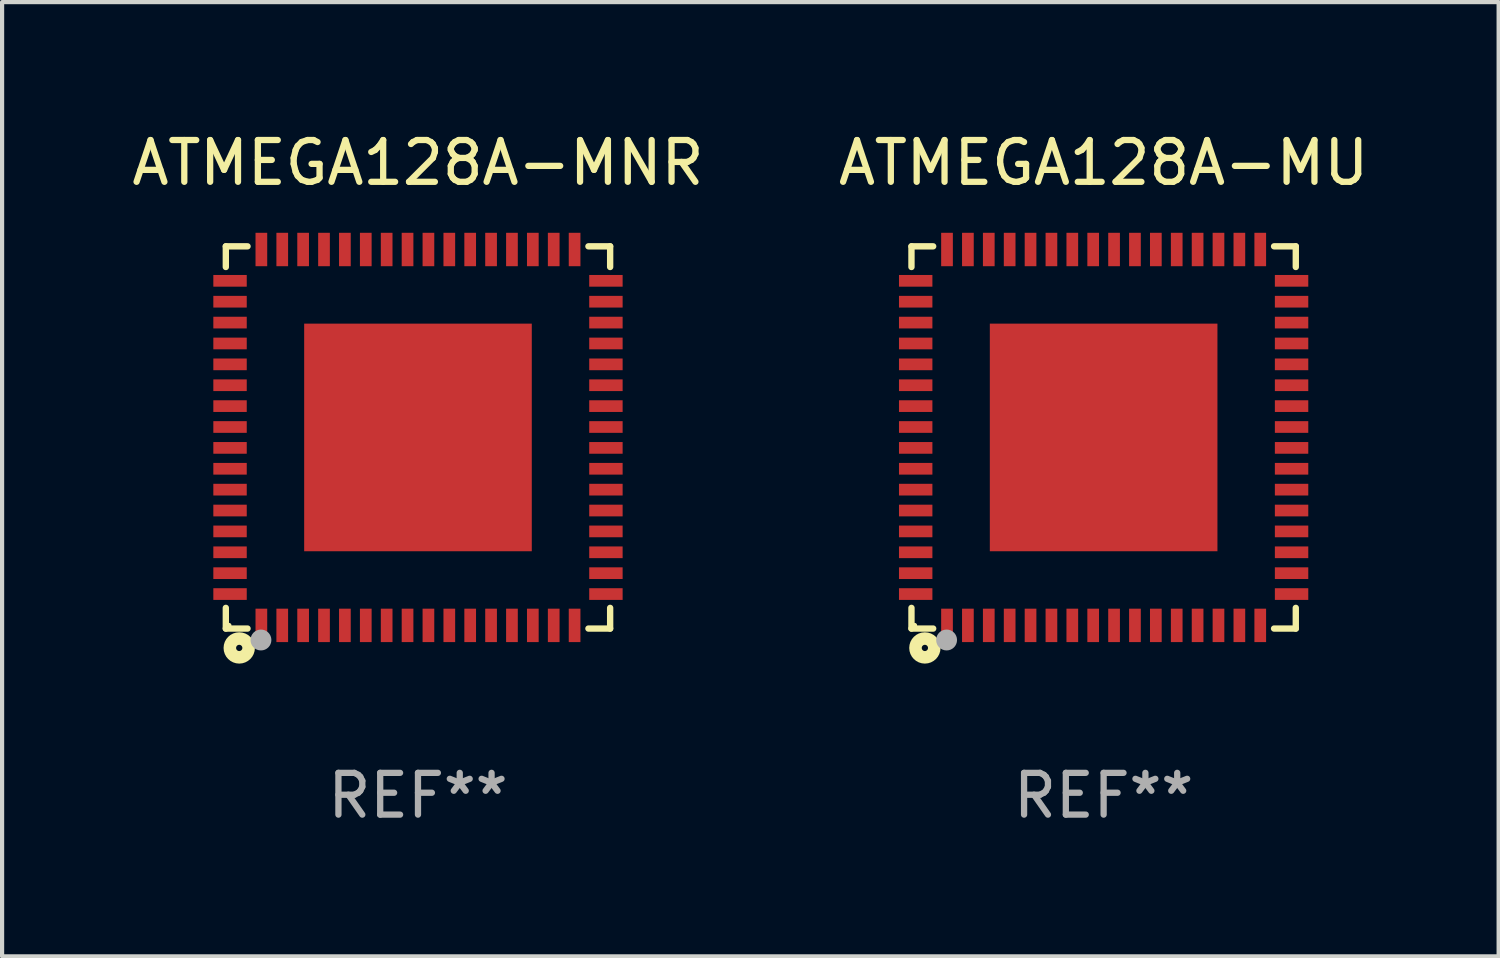
<source format=kicad_pcb>
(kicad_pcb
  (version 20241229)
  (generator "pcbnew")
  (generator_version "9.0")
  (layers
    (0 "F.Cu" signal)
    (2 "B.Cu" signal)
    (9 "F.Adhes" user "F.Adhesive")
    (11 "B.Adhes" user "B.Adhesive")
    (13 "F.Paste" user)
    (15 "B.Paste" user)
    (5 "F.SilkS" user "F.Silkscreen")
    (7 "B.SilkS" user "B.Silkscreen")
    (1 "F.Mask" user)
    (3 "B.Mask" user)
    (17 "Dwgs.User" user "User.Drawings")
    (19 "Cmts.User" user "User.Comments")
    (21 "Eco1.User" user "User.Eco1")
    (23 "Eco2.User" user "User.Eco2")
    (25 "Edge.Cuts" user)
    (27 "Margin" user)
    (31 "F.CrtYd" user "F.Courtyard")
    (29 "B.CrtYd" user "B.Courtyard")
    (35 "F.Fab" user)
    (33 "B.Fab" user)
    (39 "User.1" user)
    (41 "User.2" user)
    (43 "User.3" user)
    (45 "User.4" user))
  (footprint "ATMEGA128A-MNR"
    (layer "F.Cu")
    (at 6.958 7.424)
    (property "Reference" "ATMEGA128A-MNR" (at 0 -6.576 0) (layer "F.SilkS") (effects (font (size 1 1) (thickness 0.15))))
    (attr through_hole)
    (fp_line (start -4.601 -4.576) (end -4.081 -4.576) (stroke (width 0.152) (type solid)) (layer "F.SilkS"))
    (fp_line (start -4.601 -4.081) (end -4.601 -4.576) (stroke (width 0.152) (type solid)) (layer "F.SilkS"))
    (fp_line (start -4.601 4.081) (end -4.601 4.576) (stroke (width 0.152) (type solid)) (layer "F.SilkS"))
    (fp_line (start -4.601 4.576) (end -4.081 4.576) (stroke (width 0.152) (type solid)) (layer "F.SilkS"))
    (fp_line (start 4.601 -4.576) (end 4.081 -4.576) (stroke (width 0.152) (type solid)) (layer "F.SilkS"))
    (fp_line (start 4.601 -4.081) (end 4.601 -4.576) (stroke (width 0.152) (type solid)) (layer "F.SilkS"))
    (fp_line (start 4.601 4.081) (end 4.601 4.576) (stroke (width 0.152) (type solid)) (layer "F.SilkS"))
    (fp_line (start 4.601 4.576) (end 4.081 4.576) (stroke (width 0.152) (type solid)) (layer "F.SilkS"))
    (fp_circle (center -4.525 4.5) (end -4.495 4.5) (stroke (width 0.06) (type solid)) (fill no) (layer "F.SilkS"))
    (fp_circle (center -4.28 5.04) (end -4.205 5.04) (stroke (width 0.3) (type solid)) (fill no) (layer "F.SilkS"))
    (fp_circle (center -3.76 4.85) (end -3.635 4.85) (stroke (width 0.25) (type solid)) (fill no) (layer "F.Fab"))
    (fp_text user "REF**" (at 0 8.576 0) (layer "F.Fab") (effects (font (size 1 1) (thickness 0.15))))
    (pad "1" smd rect (at -3.75 4.5) (size 0.28 0.8) (layers "F.Cu" "F.Mask" "F.Paste"))
    (pad "2" smd rect (at -3.25 4.5) (size 0.28 0.8) (layers "F.Cu" "F.Mask" "F.Paste"))
    (pad "3" smd rect (at -2.75 4.5) (size 0.28 0.8) (layers "F.Cu" "F.Mask" "F.Paste"))
    (pad "4" smd rect (at -2.25 4.5) (size 0.28 0.8) (layers "F.Cu" "F.Mask" "F.Paste"))
    (pad "5" smd rect (at -1.75 4.5) (size 0.28 0.8) (layers "F.Cu" "F.Mask" "F.Paste"))
    (pad "6" smd rect (at -1.25 4.5) (size 0.28 0.8) (layers "F.Cu" "F.Mask" "F.Paste"))
    (pad "7" smd rect (at -0.75 4.5) (size 0.28 0.8) (layers "F.Cu" "F.Mask" "F.Paste"))
    (pad "8" smd rect (at -0.25 4.5) (size 0.28 0.8) (layers "F.Cu" "F.Mask" "F.Paste"))
    (pad "9" smd rect (at 0.25 4.5) (size 0.28 0.8) (layers "F.Cu" "F.Mask" "F.Paste"))
    (pad "10" smd rect (at 0.75 4.5) (size 0.28 0.8) (layers "F.Cu" "F.Mask" "F.Paste"))
    (pad "11" smd rect (at 1.25 4.5) (size 0.28 0.8) (layers "F.Cu" "F.Mask" "F.Paste"))
    (pad "12" smd rect (at 1.75 4.5) (size 0.28 0.8) (layers "F.Cu" "F.Mask" "F.Paste"))
    (pad "13" smd rect (at 2.25 4.5) (size 0.28 0.8) (layers "F.Cu" "F.Mask" "F.Paste"))
    (pad "14" smd rect (at 2.75 4.5) (size 0.28 0.8) (layers "F.Cu" "F.Mask" "F.Paste"))
    (pad "15" smd rect (at 3.25 4.5) (size 0.28 0.8) (layers "F.Cu" "F.Mask" "F.Paste"))
    (pad "16" smd rect (at 3.75 4.5) (size 0.28 0.8) (layers "F.Cu" "F.Mask" "F.Paste"))
    (pad "17" smd rect (at 4.5 3.75) (size 0.8 0.28) (layers "F.Cu" "F.Mask" "F.Paste"))
    (pad "18" smd rect (at 4.5 3.25) (size 0.8 0.28) (layers "F.Cu" "F.Mask" "F.Paste"))
    (pad "19" smd rect (at 4.5 2.75) (size 0.8 0.28) (layers "F.Cu" "F.Mask" "F.Paste"))
    (pad "20" smd rect (at 4.5 2.25) (size 0.8 0.28) (layers "F.Cu" "F.Mask" "F.Paste"))
    (pad "21" smd rect (at 4.5 1.75) (size 0.8 0.28) (layers "F.Cu" "F.Mask" "F.Paste"))
    (pad "22" smd rect (at 4.5 1.25) (size 0.8 0.28) (layers "F.Cu" "F.Mask" "F.Paste"))
    (pad "23" smd rect (at 4.5 0.75) (size 0.8 0.28) (layers "F.Cu" "F.Mask" "F.Paste"))
    (pad "24" smd rect (at 4.5 0.25) (size 0.8 0.28) (layers "F.Cu" "F.Mask" "F.Paste"))
    (pad "25" smd rect (at 4.5 -0.25) (size 0.8 0.28) (layers "F.Cu" "F.Mask" "F.Paste"))
    (pad "26" smd rect (at 4.5 -0.75) (size 0.8 0.28) (layers "F.Cu" "F.Mask" "F.Paste"))
    (pad "27" smd rect (at 4.5 -1.25) (size 0.8 0.28) (layers "F.Cu" "F.Mask" "F.Paste"))
    (pad "28" smd rect (at 4.5 -1.75) (size 0.8 0.28) (layers "F.Cu" "F.Mask" "F.Paste"))
    (pad "29" smd rect (at 4.5 -2.25) (size 0.8 0.28) (layers "F.Cu" "F.Mask" "F.Paste"))
    (pad "30" smd rect (at 4.5 -2.75) (size 0.8 0.28) (layers "F.Cu" "F.Mask" "F.Paste"))
    (pad "31" smd rect (at 4.5 -3.25) (size 0.8 0.28) (layers "F.Cu" "F.Mask" "F.Paste"))
    (pad "32" smd rect (at 4.5 -3.75) (size 0.8 0.28) (layers "F.Cu" "F.Mask" "F.Paste"))
    (pad "33" smd rect (at 3.75 -4.5) (size 0.28 0.8) (layers "F.Cu" "F.Mask" "F.Paste"))
    (pad "34" smd rect (at 3.25 -4.5) (size 0.28 0.8) (layers "F.Cu" "F.Mask" "F.Paste"))
    (pad "35" smd rect (at 2.75 -4.5) (size 0.28 0.8) (layers "F.Cu" "F.Mask" "F.Paste"))
    (pad "36" smd rect (at 2.25 -4.5) (size 0.28 0.8) (layers "F.Cu" "F.Mask" "F.Paste"))
    (pad "37" smd rect (at 1.75 -4.5) (size 0.28 0.8) (layers "F.Cu" "F.Mask" "F.Paste"))
    (pad "38" smd rect (at 1.25 -4.5) (size 0.28 0.8) (layers "F.Cu" "F.Mask" "F.Paste"))
    (pad "39" smd rect (at 0.75 -4.5) (size 0.28 0.8) (layers "F.Cu" "F.Mask" "F.Paste"))
    (pad "40" smd rect (at 0.25 -4.5) (size 0.28 0.8) (layers "F.Cu" "F.Mask" "F.Paste"))
    (pad "41" smd rect (at -0.25 -4.5) (size 0.28 0.8) (layers "F.Cu" "F.Mask" "F.Paste"))
    (pad "42" smd rect (at -0.75 -4.5) (size 0.28 0.8) (layers "F.Cu" "F.Mask" "F.Paste"))
    (pad "43" smd rect (at -1.25 -4.5) (size 0.28 0.8) (layers "F.Cu" "F.Mask" "F.Paste"))
    (pad "44" smd rect (at -1.75 -4.5) (size 0.28 0.8) (layers "F.Cu" "F.Mask" "F.Paste"))
    (pad "45" smd rect (at -2.25 -4.5) (size 0.28 0.8) (layers "F.Cu" "F.Mask" "F.Paste"))
    (pad "46" smd rect (at -2.75 -4.5) (size 0.28 0.8) (layers "F.Cu" "F.Mask" "F.Paste"))
    (pad "47" smd rect (at -3.25 -4.5) (size 0.28 0.8) (layers "F.Cu" "F.Mask" "F.Paste"))
    (pad "48" smd rect (at -3.75 -4.5) (size 0.28 0.8) (layers "F.Cu" "F.Mask" "F.Paste"))
    (pad "49" smd rect (at -4.5 -3.75) (size 0.8 0.28) (layers "F.Cu" "F.Mask" "F.Paste"))
    (pad "50" smd rect (at -4.5 -3.25) (size 0.8 0.28) (layers "F.Cu" "F.Mask" "F.Paste"))
    (pad "51" smd rect (at -4.5 -2.75) (size 0.8 0.28) (layers "F.Cu" "F.Mask" "F.Paste"))
    (pad "52" smd rect (at -4.5 -2.25) (size 0.8 0.28) (layers "F.Cu" "F.Mask" "F.Paste"))
    (pad "53" smd rect (at -4.5 -1.75) (size 0.8 0.28) (layers "F.Cu" "F.Mask" "F.Paste"))
    (pad "54" smd rect (at -4.5 -1.25) (size 0.8 0.28) (layers "F.Cu" "F.Mask" "F.Paste"))
    (pad "55" smd rect (at -4.5 -0.75) (size 0.8 0.28) (layers "F.Cu" "F.Mask" "F.Paste"))
    (pad "56" smd rect (at -4.5 -0.25) (size 0.8 0.28) (layers "F.Cu" "F.Mask" "F.Paste"))
    (pad "57" smd rect (at -4.5 0.25) (size 0.8 0.28) (layers "F.Cu" "F.Mask" "F.Paste"))
    (pad "58" smd rect (at -4.5 0.75) (size 0.8 0.28) (layers "F.Cu" "F.Mask" "F.Paste"))
    (pad "59" smd rect (at -4.5 1.25) (size 0.8 0.28) (layers "F.Cu" "F.Mask" "F.Paste"))
    (pad "60" smd rect (at -4.5 1.75) (size 0.8 0.28) (layers "F.Cu" "F.Mask" "F.Paste"))
    (pad "61" smd rect (at -4.5 2.25) (size 0.8 0.28) (layers "F.Cu" "F.Mask" "F.Paste"))
    (pad "62" smd rect (at -4.5 2.75) (size 0.8 0.28) (layers "F.Cu" "F.Mask" "F.Paste"))
    (pad "63" smd rect (at -4.5 3.25) (size 0.8 0.28) (layers "F.Cu" "F.Mask" "F.Paste"))
    (pad "64" smd rect (at -4.5 3.75) (size 0.8 0.28) (layers "F.Cu" "F.Mask" "F.Paste"))
    (pad "65" smd rect (at 0 0) (size 5.45 5.45) (layers "F.Cu" "F.Mask" "F.Paste")))
  (footprint "ATMEGA128A-MU"
    (layer "F.Cu")
    (at 23.375 7.424)
    (property "Reference" "ATMEGA128A-MU" (at 0 -6.576 0) (layer "F.SilkS") (effects (font (size 1 1) (thickness 0.15))))
    (attr through_hole)
    (fp_line (start -4.601 -4.576) (end -4.081 -4.576) (stroke (width 0.152) (type solid)) (layer "F.SilkS"))
    (fp_line (start -4.601 -4.081) (end -4.601 -4.576) (stroke (width 0.152) (type solid)) (layer "F.SilkS"))
    (fp_line (start -4.601 4.081) (end -4.601 4.576) (stroke (width 0.152) (type solid)) (layer "F.SilkS"))
    (fp_line (start -4.601 4.576) (end -4.081 4.576) (stroke (width 0.152) (type solid)) (layer "F.SilkS"))
    (fp_line (start 4.601 -4.576) (end 4.081 -4.576) (stroke (width 0.152) (type solid)) (layer "F.SilkS"))
    (fp_line (start 4.601 -4.081) (end 4.601 -4.576) (stroke (width 0.152) (type solid)) (layer "F.SilkS"))
    (fp_line (start 4.601 4.081) (end 4.601 4.576) (stroke (width 0.152) (type solid)) (layer "F.SilkS"))
    (fp_line (start 4.601 4.576) (end 4.081 4.576) (stroke (width 0.152) (type solid)) (layer "F.SilkS"))
    (fp_circle (center -4.525 4.5) (end -4.495 4.5) (stroke (width 0.06) (type solid)) (fill no) (layer "F.SilkS"))
    (fp_circle (center -4.28 5.04) (end -4.205 5.04) (stroke (width 0.3) (type solid)) (fill no) (layer "F.SilkS"))
    (fp_circle (center -3.76 4.85) (end -3.635 4.85) (stroke (width 0.25) (type solid)) (fill no) (layer "F.Fab"))
    (fp_text user "REF**" (at 0 8.576 0) (layer "F.Fab") (effects (font (size 1 1) (thickness 0.15))))
    (pad "1" smd rect (at -3.75 4.5) (size 0.28 0.8) (layers "F.Cu" "F.Mask" "F.Paste"))
    (pad "2" smd rect (at -3.25 4.5) (size 0.28 0.8) (layers "F.Cu" "F.Mask" "F.Paste"))
    (pad "3" smd rect (at -2.75 4.5) (size 0.28 0.8) (layers "F.Cu" "F.Mask" "F.Paste"))
    (pad "4" smd rect (at -2.25 4.5) (size 0.28 0.8) (layers "F.Cu" "F.Mask" "F.Paste"))
    (pad "5" smd rect (at -1.75 4.5) (size 0.28 0.8) (layers "F.Cu" "F.Mask" "F.Paste"))
    (pad "6" smd rect (at -1.25 4.5) (size 0.28 0.8) (layers "F.Cu" "F.Mask" "F.Paste"))
    (pad "7" smd rect (at -0.75 4.5) (size 0.28 0.8) (layers "F.Cu" "F.Mask" "F.Paste"))
    (pad "8" smd rect (at -0.25 4.5) (size 0.28 0.8) (layers "F.Cu" "F.Mask" "F.Paste"))
    (pad "9" smd rect (at 0.25 4.5) (size 0.28 0.8) (layers "F.Cu" "F.Mask" "F.Paste"))
    (pad "10" smd rect (at 0.75 4.5) (size 0.28 0.8) (layers "F.Cu" "F.Mask" "F.Paste"))
    (pad "11" smd rect (at 1.25 4.5) (size 0.28 0.8) (layers "F.Cu" "F.Mask" "F.Paste"))
    (pad "12" smd rect (at 1.75 4.5) (size 0.28 0.8) (layers "F.Cu" "F.Mask" "F.Paste"))
    (pad "13" smd rect (at 2.25 4.5) (size 0.28 0.8) (layers "F.Cu" "F.Mask" "F.Paste"))
    (pad "14" smd rect (at 2.75 4.5) (size 0.28 0.8) (layers "F.Cu" "F.Mask" "F.Paste"))
    (pad "15" smd rect (at 3.25 4.5) (size 0.28 0.8) (layers "F.Cu" "F.Mask" "F.Paste"))
    (pad "16" smd rect (at 3.75 4.5) (size 0.28 0.8) (layers "F.Cu" "F.Mask" "F.Paste"))
    (pad "17" smd rect (at 4.5 3.75) (size 0.8 0.28) (layers "F.Cu" "F.Mask" "F.Paste"))
    (pad "18" smd rect (at 4.5 3.25) (size 0.8 0.28) (layers "F.Cu" "F.Mask" "F.Paste"))
    (pad "19" smd rect (at 4.5 2.75) (size 0.8 0.28) (layers "F.Cu" "F.Mask" "F.Paste"))
    (pad "20" smd rect (at 4.5 2.25) (size 0.8 0.28) (layers "F.Cu" "F.Mask" "F.Paste"))
    (pad "21" smd rect (at 4.5 1.75) (size 0.8 0.28) (layers "F.Cu" "F.Mask" "F.Paste"))
    (pad "22" smd rect (at 4.5 1.25) (size 0.8 0.28) (layers "F.Cu" "F.Mask" "F.Paste"))
    (pad "23" smd rect (at 4.5 0.75) (size 0.8 0.28) (layers "F.Cu" "F.Mask" "F.Paste"))
    (pad "24" smd rect (at 4.5 0.25) (size 0.8 0.28) (layers "F.Cu" "F.Mask" "F.Paste"))
    (pad "25" smd rect (at 4.5 -0.25) (size 0.8 0.28) (layers "F.Cu" "F.Mask" "F.Paste"))
    (pad "26" smd rect (at 4.5 -0.75) (size 0.8 0.28) (layers "F.Cu" "F.Mask" "F.Paste"))
    (pad "27" smd rect (at 4.5 -1.25) (size 0.8 0.28) (layers "F.Cu" "F.Mask" "F.Paste"))
    (pad "28" smd rect (at 4.5 -1.75) (size 0.8 0.28) (layers "F.Cu" "F.Mask" "F.Paste"))
    (pad "29" smd rect (at 4.5 -2.25) (size 0.8 0.28) (layers "F.Cu" "F.Mask" "F.Paste"))
    (pad "30" smd rect (at 4.5 -2.75) (size 0.8 0.28) (layers "F.Cu" "F.Mask" "F.Paste"))
    (pad "31" smd rect (at 4.5 -3.25) (size 0.8 0.28) (layers "F.Cu" "F.Mask" "F.Paste"))
    (pad "32" smd rect (at 4.5 -3.75) (size 0.8 0.28) (layers "F.Cu" "F.Mask" "F.Paste"))
    (pad "33" smd rect (at 3.75 -4.5) (size 0.28 0.8) (layers "F.Cu" "F.Mask" "F.Paste"))
    (pad "34" smd rect (at 3.25 -4.5) (size 0.28 0.8) (layers "F.Cu" "F.Mask" "F.Paste"))
    (pad "35" smd rect (at 2.75 -4.5) (size 0.28 0.8) (layers "F.Cu" "F.Mask" "F.Paste"))
    (pad "36" smd rect (at 2.25 -4.5) (size 0.28 0.8) (layers "F.Cu" "F.Mask" "F.Paste"))
    (pad "37" smd rect (at 1.75 -4.5) (size 0.28 0.8) (layers "F.Cu" "F.Mask" "F.Paste"))
    (pad "38" smd rect (at 1.25 -4.5) (size 0.28 0.8) (layers "F.Cu" "F.Mask" "F.Paste"))
    (pad "39" smd rect (at 0.75 -4.5) (size 0.28 0.8) (layers "F.Cu" "F.Mask" "F.Paste"))
    (pad "40" smd rect (at 0.25 -4.5) (size 0.28 0.8) (layers "F.Cu" "F.Mask" "F.Paste"))
    (pad "41" smd rect (at -0.25 -4.5) (size 0.28 0.8) (layers "F.Cu" "F.Mask" "F.Paste"))
    (pad "42" smd rect (at -0.75 -4.5) (size 0.28 0.8) (layers "F.Cu" "F.Mask" "F.Paste"))
    (pad "43" smd rect (at -1.25 -4.5) (size 0.28 0.8) (layers "F.Cu" "F.Mask" "F.Paste"))
    (pad "44" smd rect (at -1.75 -4.5) (size 0.28 0.8) (layers "F.Cu" "F.Mask" "F.Paste"))
    (pad "45" smd rect (at -2.25 -4.5) (size 0.28 0.8) (layers "F.Cu" "F.Mask" "F.Paste"))
    (pad "46" smd rect (at -2.75 -4.5) (size 0.28 0.8) (layers "F.Cu" "F.Mask" "F.Paste"))
    (pad "47" smd rect (at -3.25 -4.5) (size 0.28 0.8) (layers "F.Cu" "F.Mask" "F.Paste"))
    (pad "48" smd rect (at -3.75 -4.5) (size 0.28 0.8) (layers "F.Cu" "F.Mask" "F.Paste"))
    (pad "49" smd rect (at -4.5 -3.75) (size 0.8 0.28) (layers "F.Cu" "F.Mask" "F.Paste"))
    (pad "50" smd rect (at -4.5 -3.25) (size 0.8 0.28) (layers "F.Cu" "F.Mask" "F.Paste"))
    (pad "51" smd rect (at -4.5 -2.75) (size 0.8 0.28) (layers "F.Cu" "F.Mask" "F.Paste"))
    (pad "52" smd rect (at -4.5 -2.25) (size 0.8 0.28) (layers "F.Cu" "F.Mask" "F.Paste"))
    (pad "53" smd rect (at -4.5 -1.75) (size 0.8 0.28) (layers "F.Cu" "F.Mask" "F.Paste"))
    (pad "54" smd rect (at -4.5 -1.25) (size 0.8 0.28) (layers "F.Cu" "F.Mask" "F.Paste"))
    (pad "55" smd rect (at -4.5 -0.75) (size 0.8 0.28) (layers "F.Cu" "F.Mask" "F.Paste"))
    (pad "56" smd rect (at -4.5 -0.25) (size 0.8 0.28) (layers "F.Cu" "F.Mask" "F.Paste"))
    (pad "57" smd rect (at -4.5 0.25) (size 0.8 0.28) (layers "F.Cu" "F.Mask" "F.Paste"))
    (pad "58" smd rect (at -4.5 0.75) (size 0.8 0.28) (layers "F.Cu" "F.Mask" "F.Paste"))
    (pad "59" smd rect (at -4.5 1.25) (size 0.8 0.28) (layers "F.Cu" "F.Mask" "F.Paste"))
    (pad "60" smd rect (at -4.5 1.75) (size 0.8 0.28) (layers "F.Cu" "F.Mask" "F.Paste"))
    (pad "61" smd rect (at -4.5 2.25) (size 0.8 0.28) (layers "F.Cu" "F.Mask" "F.Paste"))
    (pad "62" smd rect (at -4.5 2.75) (size 0.8 0.28) (layers "F.Cu" "F.Mask" "F.Paste"))
    (pad "63" smd rect (at -4.5 3.25) (size 0.8 0.28) (layers "F.Cu" "F.Mask" "F.Paste"))
    (pad "64" smd rect (at -4.5 3.75) (size 0.8 0.28) (layers "F.Cu" "F.Mask" "F.Paste"))
    (pad "65" smd rect (at 0 0) (size 5.45 5.45) (layers "F.Cu" "F.Mask" "F.Paste")))
  (gr_rect
    (start -3 -3)
    (end 32.833 19.849)
    (stroke (width 0.1) (type default))
    (fill no)
    (layer "Edge.Cuts")))
</source>
